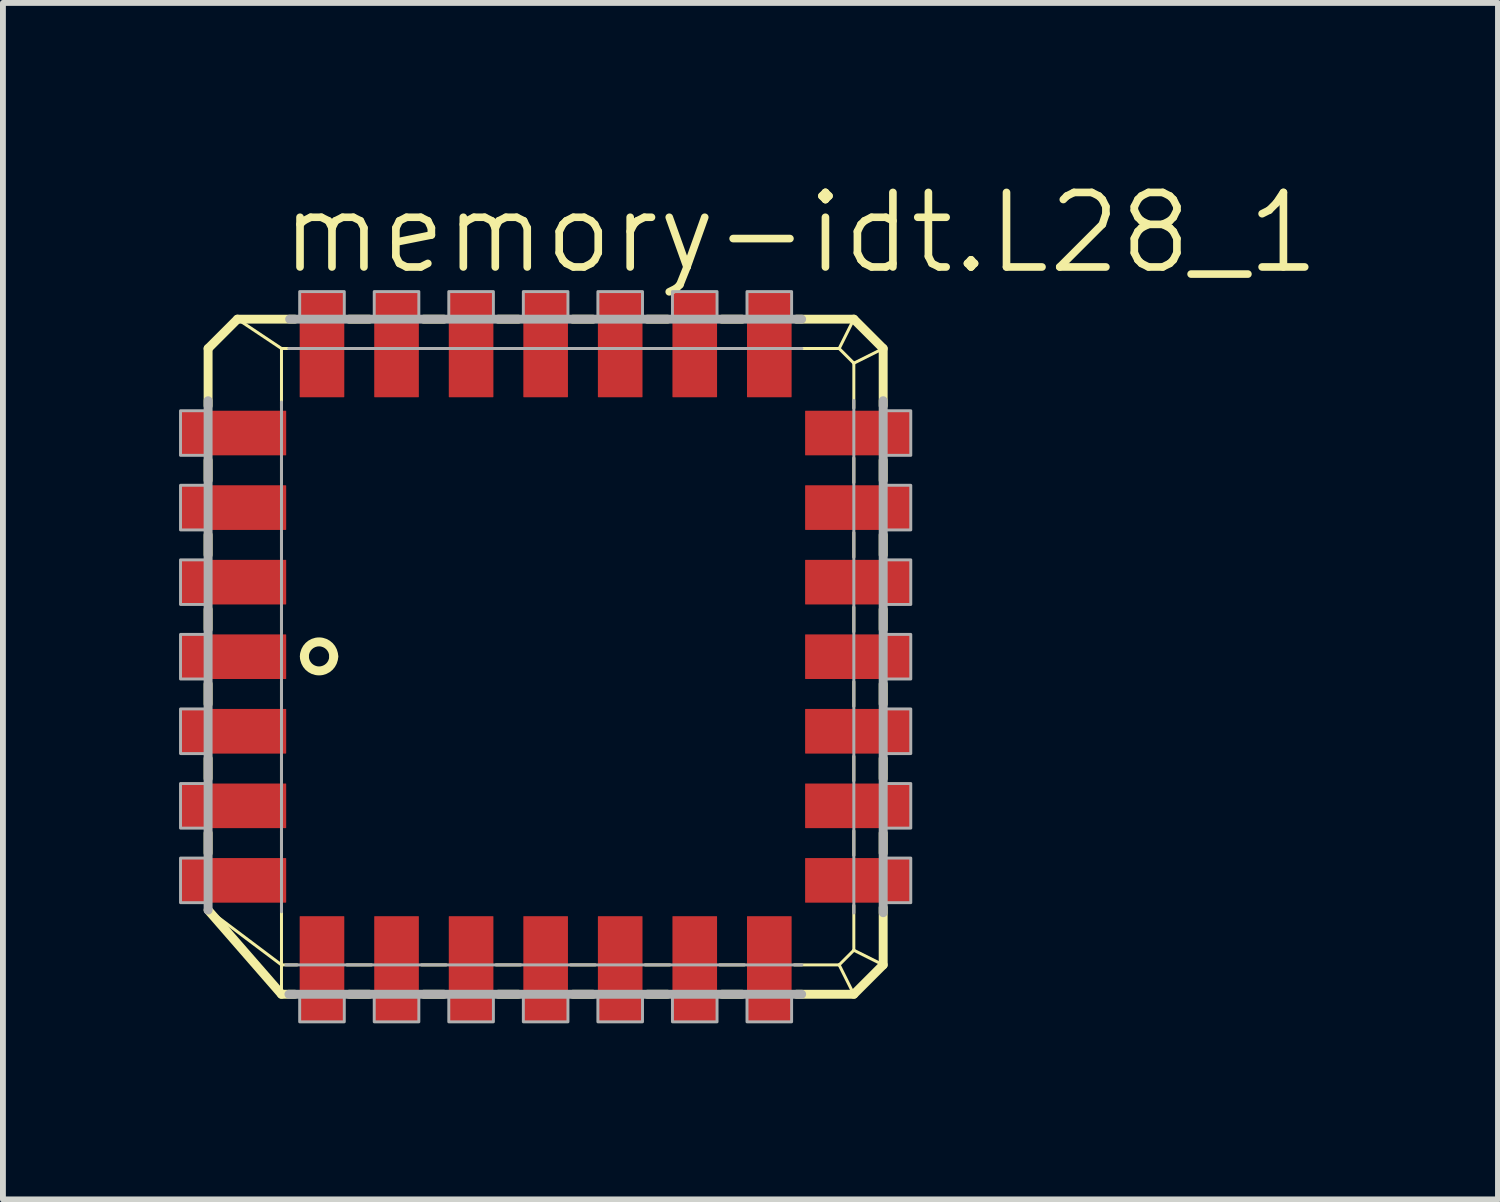
<source format=kicad_pcb>
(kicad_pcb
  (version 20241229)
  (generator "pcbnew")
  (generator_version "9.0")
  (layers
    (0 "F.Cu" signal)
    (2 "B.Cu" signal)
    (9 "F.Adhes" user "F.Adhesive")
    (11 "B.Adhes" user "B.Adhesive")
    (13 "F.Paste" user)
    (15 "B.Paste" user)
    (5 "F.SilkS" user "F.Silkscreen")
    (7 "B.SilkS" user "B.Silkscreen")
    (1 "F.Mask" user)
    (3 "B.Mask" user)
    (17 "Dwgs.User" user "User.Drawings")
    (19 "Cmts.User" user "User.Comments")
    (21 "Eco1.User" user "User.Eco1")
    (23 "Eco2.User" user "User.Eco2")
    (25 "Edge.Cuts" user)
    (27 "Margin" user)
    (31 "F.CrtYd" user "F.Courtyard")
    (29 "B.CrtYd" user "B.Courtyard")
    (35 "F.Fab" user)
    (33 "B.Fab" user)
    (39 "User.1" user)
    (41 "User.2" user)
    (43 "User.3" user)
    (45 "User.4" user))
  (footprint "memory-idt.L28_1"
    (layer "F.Cu")
    (at 6.245 8.137)
    (property "Reference" "memory-idt.L28_1" (at -4.572 -6.477 0) (layer "F.SilkS") (effects (font (size 1.27 1.27) (thickness 0.13)) (justify left bottom)))
    (attr smd)
    (fp_line (start -5.75 -5.25) (end -5.25 -5.75) (stroke (width 0.152) (type default)) (layer "F.SilkS"))
    (fp_line (start -5.75 -4.275) (end -5.75 -5.25) (stroke (width 0.152) (type default)) (layer "F.SilkS"))
    (fp_line (start -5.75 -3.005) (end -5.75 -3.345) (stroke (width 0.152) (type default)) (layer "F.SilkS"))
    (fp_line (start -5.75 -1.735) (end -5.75 -2.075) (stroke (width 0.152) (type default)) (layer "F.SilkS"))
    (fp_line (start -5.75 -0.465) (end -5.75 -0.805) (stroke (width 0.152) (type default)) (layer "F.SilkS"))
    (fp_line (start -5.75 0.805) (end -5.75 0.465) (stroke (width 0.152) (type default)) (layer "F.SilkS"))
    (fp_line (start -5.75 2.075) (end -5.75 1.735) (stroke (width 0.152) (type default)) (layer "F.SilkS"))
    (fp_line (start -5.75 3.345) (end -5.75 3.005) (stroke (width 0.152) (type default)) (layer "F.SilkS"))
    (fp_line (start -5.25 -5.75) (end -4.5 -5.25) (stroke (width 0.051) (type default)) (layer "F.SilkS"))
    (fp_line (start -5.25 -5.75) (end -4.275 -5.75) (stroke (width 0.152) (type default)) (layer "F.SilkS"))
    (fp_line (start -4.5 -5.25) (end -4.235 -5.25) (stroke (width 0.051) (type default)) (layer "F.SilkS"))
    (fp_line (start -4.5 -4.235) (end -4.5 -5.25) (stroke (width 0.051) (type default)) (layer "F.SilkS"))
    (fp_line (start -4.5 -2.965) (end -4.5 -3.385) (stroke (width 0.051) (type default)) (layer "F.SilkS"))
    (fp_line (start -4.5 -1.695) (end -4.5 -2.115) (stroke (width 0.051) (type default)) (layer "F.SilkS"))
    (fp_line (start -4.5 -0.425) (end -4.5 -0.845) (stroke (width 0.051) (type default)) (layer "F.SilkS"))
    (fp_line (start -4.5 0.845) (end -4.5 0.425) (stroke (width 0.051) (type default)) (layer "F.SilkS"))
    (fp_line (start -4.5 2.115) (end -4.5 1.695) (stroke (width 0.051) (type default)) (layer "F.SilkS"))
    (fp_line (start -4.5 3.385) (end -4.5 2.965) (stroke (width 0.051) (type default)) (layer "F.SilkS"))
    (fp_line (start -4.5 5.25) (end -5.729 4.326) (stroke (width 0.051) (type default)) (layer "F.SilkS"))
    (fp_line (start -4.5 5.25) (end -4.5 4.235) (stroke (width 0.051) (type default)) (layer "F.SilkS"))
    (fp_line (start -4.5 5.75) (end -5.75 4.315) (stroke (width 0.152) (type default)) (layer "F.SilkS"))
    (fp_line (start -4.5 5.75) (end -4.5 5.25) (stroke (width 0.051) (type default)) (layer "F.SilkS"))
    (fp_line (start -4.275 5.75) (end -4.5 5.75) (stroke (width 0.152) (type default)) (layer "F.SilkS"))
    (fp_line (start -4.235 5.25) (end -4.5 5.25) (stroke (width 0.051) (type default)) (layer "F.SilkS"))
    (fp_line (start -3.385 -5.25) (end -2.965 -5.25) (stroke (width 0.051) (type default)) (layer "F.SilkS"))
    (fp_line (start -3.345 -5.75) (end -3.005 -5.75) (stroke (width 0.152) (type default)) (layer "F.SilkS"))
    (fp_line (start -3.005 5.75) (end -3.345 5.75) (stroke (width 0.152) (type default)) (layer "F.SilkS"))
    (fp_line (start -2.965 5.25) (end -3.385 5.25) (stroke (width 0.051) (type default)) (layer "F.SilkS"))
    (fp_line (start -2.115 -5.25) (end -1.695 -5.25) (stroke (width 0.051) (type default)) (layer "F.SilkS"))
    (fp_line (start -2.075 -5.75) (end -1.735 -5.75) (stroke (width 0.152) (type default)) (layer "F.SilkS"))
    (fp_line (start -1.735 5.75) (end -2.075 5.75) (stroke (width 0.152) (type default)) (layer "F.SilkS"))
    (fp_line (start -1.695 5.25) (end -2.115 5.25) (stroke (width 0.051) (type default)) (layer "F.SilkS"))
    (fp_line (start -0.845 -5.25) (end -0.425 -5.25) (stroke (width 0.051) (type default)) (layer "F.SilkS"))
    (fp_line (start -0.805 -5.75) (end -0.465 -5.75) (stroke (width 0.152) (type default)) (layer "F.SilkS"))
    (fp_line (start -0.465 5.75) (end -0.805 5.75) (stroke (width 0.152) (type default)) (layer "F.SilkS"))
    (fp_line (start -0.425 5.25) (end -0.845 5.25) (stroke (width 0.051) (type default)) (layer "F.SilkS"))
    (fp_line (start 0.425 -5.25) (end 0.845 -5.25) (stroke (width 0.051) (type default)) (layer "F.SilkS"))
    (fp_line (start 0.465 -5.75) (end 0.805 -5.75) (stroke (width 0.152) (type default)) (layer "F.SilkS"))
    (fp_line (start 0.805 5.75) (end 0.465 5.75) (stroke (width 0.152) (type default)) (layer "F.SilkS"))
    (fp_line (start 0.845 5.25) (end 0.425 5.25) (stroke (width 0.051) (type default)) (layer "F.SilkS"))
    (fp_line (start 1.695 -5.25) (end 2.115 -5.25) (stroke (width 0.051) (type default)) (layer "F.SilkS"))
    (fp_line (start 1.735 -5.75) (end 2.075 -5.75) (stroke (width 0.152) (type default)) (layer "F.SilkS"))
    (fp_line (start 2.075 5.75) (end 1.735 5.75) (stroke (width 0.152) (type default)) (layer "F.SilkS"))
    (fp_line (start 2.115 5.25) (end 1.695 5.25) (stroke (width 0.051) (type default)) (layer "F.SilkS"))
    (fp_line (start 2.965 -5.25) (end 3.385 -5.25) (stroke (width 0.051) (type default)) (layer "F.SilkS"))
    (fp_line (start 3.005 -5.75) (end 3.345 -5.75) (stroke (width 0.152) (type default)) (layer "F.SilkS"))
    (fp_line (start 3.345 5.75) (end 3.005 5.75) (stroke (width 0.152) (type default)) (layer "F.SilkS"))
    (fp_line (start 3.385 5.25) (end 2.965 5.25) (stroke (width 0.051) (type default)) (layer "F.SilkS"))
    (fp_line (start 4.235 -5.25) (end 5 -5.25) (stroke (width 0.051) (type default)) (layer "F.SilkS"))
    (fp_line (start 4.275 -5.75) (end 5.25 -5.75) (stroke (width 0.152) (type default)) (layer "F.SilkS"))
    (fp_line (start 5 -5.25) (end 5.25 -5.75) (stroke (width 0.051) (type default)) (layer "F.SilkS"))
    (fp_line (start 5 -5.25) (end 5.25 -5) (stroke (width 0.051) (type default)) (layer "F.SilkS"))
    (fp_line (start 5 5.25) (end 4.235 5.25) (stroke (width 0.051) (type default)) (layer "F.SilkS"))
    (fp_line (start 5.25 -5.75) (end 5.75 -5.25) (stroke (width 0.152) (type default)) (layer "F.SilkS"))
    (fp_line (start 5.25 -5) (end 5.25 -4.235) (stroke (width 0.051) (type default)) (layer "F.SilkS"))
    (fp_line (start 5.25 -5) (end 5.75 -5.25) (stroke (width 0.051) (type default)) (layer "F.SilkS"))
    (fp_line (start 5.25 -3.385) (end 5.25 -2.965) (stroke (width 0.051) (type default)) (layer "F.SilkS"))
    (fp_line (start 5.25 -2.115) (end 5.25 -1.695) (stroke (width 0.051) (type default)) (layer "F.SilkS"))
    (fp_line (start 5.25 -0.845) (end 5.25 -0.425) (stroke (width 0.051) (type default)) (layer "F.SilkS"))
    (fp_line (start 5.25 0.425) (end 5.25 0.845) (stroke (width 0.051) (type default)) (layer "F.SilkS"))
    (fp_line (start 5.25 1.695) (end 5.25 2.115) (stroke (width 0.051) (type default)) (layer "F.SilkS"))
    (fp_line (start 5.25 2.965) (end 5.25 3.385) (stroke (width 0.051) (type default)) (layer "F.SilkS"))
    (fp_line (start 5.25 4.235) (end 5.25 5) (stroke (width 0.051) (type default)) (layer "F.SilkS"))
    (fp_line (start 5.25 5) (end 5 5.25) (stroke (width 0.051) (type default)) (layer "F.SilkS"))
    (fp_line (start 5.25 5.75) (end 4.275 5.75) (stroke (width 0.152) (type default)) (layer "F.SilkS"))
    (fp_line (start 5.25 5.75) (end 5 5.25) (stroke (width 0.051) (type default)) (layer "F.SilkS"))
    (fp_line (start 5.75 -5.25) (end 5.75 -4.275) (stroke (width 0.152) (type default)) (layer "F.SilkS"))
    (fp_line (start 5.75 -3.345) (end 5.75 -3.005) (stroke (width 0.152) (type default)) (layer "F.SilkS"))
    (fp_line (start 5.75 -2.075) (end 5.75 -1.735) (stroke (width 0.152) (type default)) (layer "F.SilkS"))
    (fp_line (start 5.75 -0.805) (end 5.75 -0.465) (stroke (width 0.152) (type default)) (layer "F.SilkS"))
    (fp_line (start 5.75 0.465) (end 5.75 0.805) (stroke (width 0.152) (type default)) (layer "F.SilkS"))
    (fp_line (start 5.75 1.735) (end 5.75 2.075) (stroke (width 0.152) (type default)) (layer "F.SilkS"))
    (fp_line (start 5.75 3.005) (end 5.75 3.345) (stroke (width 0.152) (type default)) (layer "F.SilkS"))
    (fp_line (start 5.75 4.275) (end 5.75 5.25) (stroke (width 0.152) (type default)) (layer "F.SilkS"))
    (fp_line (start 5.75 5.25) (end 5.25 5) (stroke (width 0.051) (type default)) (layer "F.SilkS"))
    (fp_line (start 5.75 5.25) (end 5.25 5.75) (stroke (width 0.152) (type default)) (layer "F.SilkS"))
    (fp_arc (start -4.11 -0.004) (mid -3.8585 -0.2525) (end -3.61 -0.001) (stroke (width 0.1524) (type default)) (layer "F.SilkS"))
    (fp_arc (start -3.61 -0.007) (mid -3.861 0.242) (end -4.11 -0.009) (stroke (width 0.1524) (type default)) (layer "F.SilkS"))
    (fp_line (start -5.75 4.317) (end -5.75 -4.361) (stroke (width 0.152) (type default)) (layer "F.Fab"))
    (fp_line (start -4.5 4.345) (end -4.5 -4.338) (stroke (width 0.051) (type default)) (layer "F.Fab"))
    (fp_line (start -4.376 -5.25) (end 4.365 -5.25) (stroke (width 0.051) (type default)) (layer "F.Fab"))
    (fp_line (start -4.361 -5.75) (end 4.361 -5.75) (stroke (width 0.152) (type default)) (layer "F.Fab"))
    (fp_line (start 4.361 5.75) (end -4.373 5.75) (stroke (width 0.152) (type default)) (layer "F.Fab"))
    (fp_line (start 4.365 5.25) (end -4.426 5.25) (stroke (width 0.051) (type default)) (layer "F.Fab"))
    (fp_line (start 5.25 -4.365) (end 5.25 4.365) (stroke (width 0.051) (type default)) (layer "F.Fab"))
    (fp_line (start 5.75 -4.361) (end 5.75 4.361) (stroke (width 0.152) (type default)) (layer "F.Fab"))
    (fp_rect (start -6.22 -3.43) (end -5.75 -4.19) (stroke (width 0.05) (type default)) (fill no) (layer "F.Fab"))
    (fp_rect (start -6.22 -2.16) (end -5.75 -2.92) (stroke (width 0.05) (type default)) (fill no) (layer "F.Fab"))
    (fp_rect (start -6.22 -0.89) (end -5.75 -1.65) (stroke (width 0.05) (type default)) (fill no) (layer "F.Fab"))
    (fp_rect (start -6.22 0.38) (end -5.75 -0.38) (stroke (width 0.05) (type default)) (fill no) (layer "F.Fab"))
    (fp_rect (start -6.22 1.65) (end -5.75 0.89) (stroke (width 0.05) (type default)) (fill no) (layer "F.Fab"))
    (fp_rect (start -6.22 2.92) (end -5.75 2.16) (stroke (width 0.05) (type default)) (fill no) (layer "F.Fab"))
    (fp_rect (start -6.22 4.19) (end -5.75 3.43) (stroke (width 0.05) (type default)) (fill no) (layer "F.Fab"))
    (fp_rect (start -4.19 -5.75) (end -3.43 -6.22) (stroke (width 0.05) (type default)) (fill no) (layer "F.Fab"))
    (fp_rect (start -4.19 6.22) (end -3.43 5.75) (stroke (width 0.05) (type default)) (fill no) (layer "F.Fab"))
    (fp_rect (start -2.92 -5.75) (end -2.16 -6.22) (stroke (width 0.05) (type default)) (fill no) (layer "F.Fab"))
    (fp_rect (start -2.92 6.22) (end -2.16 5.75) (stroke (width 0.05) (type default)) (fill no) (layer "F.Fab"))
    (fp_rect (start -1.65 -5.75) (end -0.89 -6.22) (stroke (width 0.05) (type default)) (fill no) (layer "F.Fab"))
    (fp_rect (start -1.65 6.22) (end -0.89 5.75) (stroke (width 0.05) (type default)) (fill no) (layer "F.Fab"))
    (fp_rect (start -0.38 -5.75) (end 0.38 -6.22) (stroke (width 0.05) (type default)) (fill no) (layer "F.Fab"))
    (fp_rect (start -0.38 6.22) (end 0.38 5.75) (stroke (width 0.05) (type default)) (fill no) (layer "F.Fab"))
    (fp_rect (start 0.89 -5.75) (end 1.65 -6.22) (stroke (width 0.05) (type default)) (fill no) (layer "F.Fab"))
    (fp_rect (start 0.89 6.22) (end 1.65 5.75) (stroke (width 0.05) (type default)) (fill no) (layer "F.Fab"))
    (fp_rect (start 2.16 -5.75) (end 2.92 -6.22) (stroke (width 0.05) (type default)) (fill no) (layer "F.Fab"))
    (fp_rect (start 2.16 6.22) (end 2.92 5.75) (stroke (width 0.05) (type default)) (fill no) (layer "F.Fab"))
    (fp_rect (start 3.43 -5.75) (end 4.19 -6.22) (stroke (width 0.05) (type default)) (fill no) (layer "F.Fab"))
    (fp_rect (start 3.43 6.22) (end 4.19 5.75) (stroke (width 0.05) (type default)) (fill no) (layer "F.Fab"))
    (fp_rect (start 5.75 -3.43) (end 6.22 -4.19) (stroke (width 0.05) (type default)) (fill no) (layer "F.Fab"))
    (fp_rect (start 5.75 -2.16) (end 6.22 -2.92) (stroke (width 0.05) (type default)) (fill no) (layer "F.Fab"))
    (fp_rect (start 5.75 -0.89) (end 6.22 -1.65) (stroke (width 0.05) (type default)) (fill no) (layer "F.Fab"))
    (fp_rect (start 5.75 0.38) (end 6.22 -0.38) (stroke (width 0.05) (type default)) (fill no) (layer "F.Fab"))
    (fp_rect (start 5.75 1.65) (end 6.22 0.89) (stroke (width 0.05) (type default)) (fill no) (layer "F.Fab"))
    (fp_rect (start 5.75 2.92) (end 6.22 2.16) (stroke (width 0.05) (type default)) (fill no) (layer "F.Fab"))
    (fp_rect (start 5.75 4.19) (end 6.22 3.43) (stroke (width 0.05) (type default)) (fill no) (layer "F.Fab"))
    (pad "1" smd roundrect (at -5.32 0) (size 1.8 0.76) (layers "F.Cu" "F.Mask" "F.Paste") (roundrect_rratio 0.01))
    (pad "2" smd roundrect (at -5.32 1.27) (size 1.8 0.76) (layers "F.Cu" "F.Mask" "F.Paste") (roundrect_rratio 0.01))
    (pad "3" smd roundrect (at -5.32 2.54) (size 1.8 0.76) (layers "F.Cu" "F.Mask" "F.Paste") (roundrect_rratio 0.01))
    (pad "4" smd roundrect (at -5.32 3.81) (size 1.8 0.76) (layers "F.Cu" "F.Mask" "F.Paste") (roundrect_rratio 0.01))
    (pad "5" smd roundrect (at -3.81 5.32) (size 0.76 1.8) (layers "F.Cu" "F.Mask" "F.Paste") (roundrect_rratio 0.01))
    (pad "6" smd roundrect (at -2.54 5.32) (size 0.76 1.8) (layers "F.Cu" "F.Mask" "F.Paste") (roundrect_rratio 0.01))
    (pad "7" smd roundrect (at -1.27 5.32) (size 0.76 1.8) (layers "F.Cu" "F.Mask" "F.Paste") (roundrect_rratio 0.01))
    (pad "8" smd roundrect (at 0 5.32) (size 0.76 1.8) (layers "F.Cu" "F.Mask" "F.Paste") (roundrect_rratio 0.01))
    (pad "9" smd roundrect (at 1.27 5.32) (size 0.76 1.8) (layers "F.Cu" "F.Mask" "F.Paste") (roundrect_rratio 0.01))
    (pad "10" smd roundrect (at 2.54 5.32) (size 0.76 1.8) (layers "F.Cu" "F.Mask" "F.Paste") (roundrect_rratio 0.01))
    (pad "11" smd roundrect (at 3.81 5.32) (size 0.76 1.8) (layers "F.Cu" "F.Mask" "F.Paste") (roundrect_rratio 0.01))
    (pad "12" smd roundrect (at 5.32 3.81) (size 1.8 0.76) (layers "F.Cu" "F.Mask" "F.Paste") (roundrect_rratio 0.01))
    (pad "13" smd roundrect (at 5.32 2.54) (size 1.8 0.76) (layers "F.Cu" "F.Mask" "F.Paste") (roundrect_rratio 0.01))
    (pad "14" smd roundrect (at 5.32 1.27) (size 1.8 0.76) (layers "F.Cu" "F.Mask" "F.Paste") (roundrect_rratio 0.01))
    (pad "15" smd roundrect (at 5.32 0) (size 1.8 0.76) (layers "F.Cu" "F.Mask" "F.Paste") (roundrect_rratio 0.01))
    (pad "16" smd roundrect (at 5.32 -1.27) (size 1.8 0.76) (layers "F.Cu" "F.Mask" "F.Paste") (roundrect_rratio 0.01))
    (pad "17" smd roundrect (at 5.32 -2.54) (size 1.8 0.76) (layers "F.Cu" "F.Mask" "F.Paste") (roundrect_rratio 0.01))
    (pad "18" smd roundrect (at 5.32 -3.81) (size 1.8 0.76) (layers "F.Cu" "F.Mask" "F.Paste") (roundrect_rratio 0.01))
    (pad "19" smd roundrect (at 3.81 -5.32) (size 0.76 1.8) (layers "F.Cu" "F.Mask" "F.Paste") (roundrect_rratio 0.01))
    (pad "20" smd roundrect (at 2.54 -5.32) (size 0.76 1.8) (layers "F.Cu" "F.Mask" "F.Paste") (roundrect_rratio 0.01))
    (pad "21" smd roundrect (at 1.27 -5.32) (size 0.76 1.8) (layers "F.Cu" "F.Mask" "F.Paste") (roundrect_rratio 0.01))
    (pad "22" smd roundrect (at 0 -5.32) (size 0.76 1.8) (layers "F.Cu" "F.Mask" "F.Paste") (roundrect_rratio 0.01))
    (pad "23" smd roundrect (at -1.27 -5.32) (size 0.76 1.8) (layers "F.Cu" "F.Mask" "F.Paste") (roundrect_rratio 0.01))
    (pad "24" smd roundrect (at -2.54 -5.32) (size 0.76 1.8) (layers "F.Cu" "F.Mask" "F.Paste") (roundrect_rratio 0.01))
    (pad "25" smd roundrect (at -3.81 -5.32) (size 0.76 1.8) (layers "F.Cu" "F.Mask" "F.Paste") (roundrect_rratio 0.01))
    (pad "26" smd roundrect (at -5.32 -3.81) (size 1.8 0.76) (layers "F.Cu" "F.Mask" "F.Paste") (roundrect_rratio 0.01))
    (pad "27" smd roundrect (at -5.32 -2.54) (size 1.8 0.76) (layers "F.Cu" "F.Mask" "F.Paste") (roundrect_rratio 0.01))
    (pad "28" smd roundrect (at -5.32 -1.27) (size 1.8 0.76) (layers "F.Cu" "F.Mask" "F.Paste") (roundrect_rratio 0.01)))
  (gr_rect
    (start -3 -3)
    (end 22.468 17.382)
    (stroke (width 0.1) (type default))
    (fill no)
    (layer "Edge.Cuts")))
</source>
